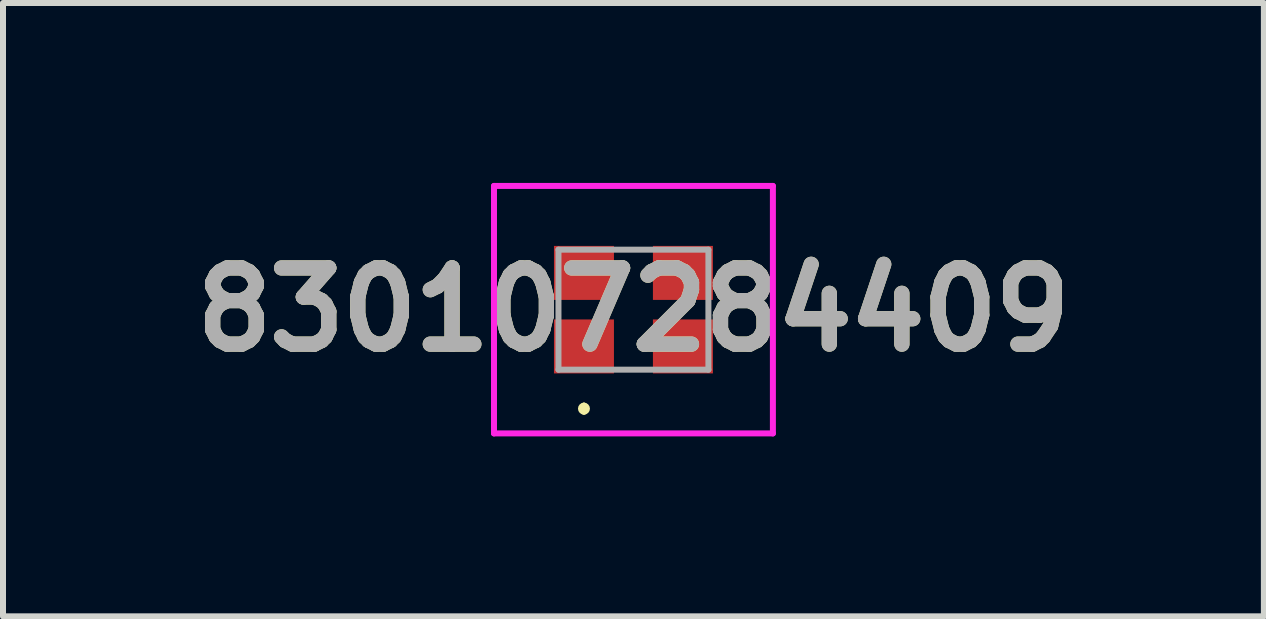
<source format=kicad_pcb>
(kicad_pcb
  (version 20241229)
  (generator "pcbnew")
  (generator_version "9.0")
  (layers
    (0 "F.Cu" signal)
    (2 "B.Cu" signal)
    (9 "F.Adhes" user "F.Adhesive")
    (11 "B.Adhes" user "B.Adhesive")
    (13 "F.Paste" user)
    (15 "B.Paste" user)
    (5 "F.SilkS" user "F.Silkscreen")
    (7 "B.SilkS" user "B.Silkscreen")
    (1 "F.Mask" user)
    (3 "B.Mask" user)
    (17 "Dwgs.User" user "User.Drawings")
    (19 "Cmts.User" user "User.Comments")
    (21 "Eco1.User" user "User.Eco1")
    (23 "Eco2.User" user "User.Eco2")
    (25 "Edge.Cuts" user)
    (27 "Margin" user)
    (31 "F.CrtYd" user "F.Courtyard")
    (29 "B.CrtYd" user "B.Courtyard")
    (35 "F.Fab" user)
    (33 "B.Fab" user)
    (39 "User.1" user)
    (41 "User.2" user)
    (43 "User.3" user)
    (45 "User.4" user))
  (footprint "830107284409"
    (layer "F.Cu")
    (at 7.511 2.113)
    (property "Reference" "830107284409" (at 0 0 0) (layer "F.SilkS") (effects (font (size 1.27 1.27) (thickness 0.254))))
    (attr smd)
    (fp_line (start -0.825 1.6) (end -0.825 1.6) (stroke (width 0.1) (type solid)) (layer "F.SilkS"))
    (fp_line (start -0.825 1.7) (end -0.825 1.7) (stroke (width 0.1) (type solid)) (layer "F.SilkS"))
    (fp_arc (start -0.825 1.6) (mid -0.775 1.65) (end -0.825 1.7) (stroke (width 0.1) (type solid)) (layer "F.SilkS"))
    (fp_arc (start -0.825 1.7) (mid -0.875 1.65) (end -0.825 1.6) (stroke (width 0.1) (type solid)) (layer "F.SilkS"))
    (fp_line (start -2.325 -2.063) (end 2.325 -2.063) (stroke (width 0.1) (type solid)) (layer "F.CrtYd"))
    (fp_line (start -2.325 2.063) (end -2.325 -2.063) (stroke (width 0.1) (type solid)) (layer "F.CrtYd"))
    (fp_line (start 2.325 -2.063) (end 2.325 2.063) (stroke (width 0.1) (type solid)) (layer "F.CrtYd"))
    (fp_line (start 2.325 2.063) (end -2.325 2.063) (stroke (width 0.1) (type solid)) (layer "F.CrtYd"))
    (fp_line (start -1.25 -1) (end 1.25 -1) (stroke (width 0.1) (type solid)) (layer "F.Fab"))
    (fp_line (start -1.25 1) (end -1.25 -1) (stroke (width 0.1) (type solid)) (layer "F.Fab"))
    (fp_line (start 1.25 -1) (end 1.25 1) (stroke (width 0.1) (type solid)) (layer "F.Fab"))
    (fp_line (start 1.25 1) (end -1.25 1) (stroke (width 0.1) (type solid)) (layer "F.Fab"))
    (fp_text user "${REFERENCE}" (at 0 0 0) (layer "F.Fab") (effects (font (size 1.27 1.27) (thickness 0.254))))
    (pad "1" smd rect (at -0.825 0.613 90) (size 0.9 1) (layers "F.Cu" "F.Mask" "F.Paste"))
    (pad "2" smd rect (at 0.825 0.613 90) (size 0.9 1) (layers "F.Cu" "F.Mask" "F.Paste"))
    (pad "3" smd rect (at 0.825 -0.613 90) (size 0.9 1) (layers "F.Cu" "F.Mask" "F.Paste"))
    (pad "4" smd rect (at -0.825 -0.613 90) (size 0.9 1) (layers "F.Cu" "F.Mask" "F.Paste")))
  (gr_rect
    (start -3 -3)
    (end 18.022 7.226)
    (stroke (width 0.1) (type default))
    (fill no)
    (layer "Edge.Cuts")))
</source>
